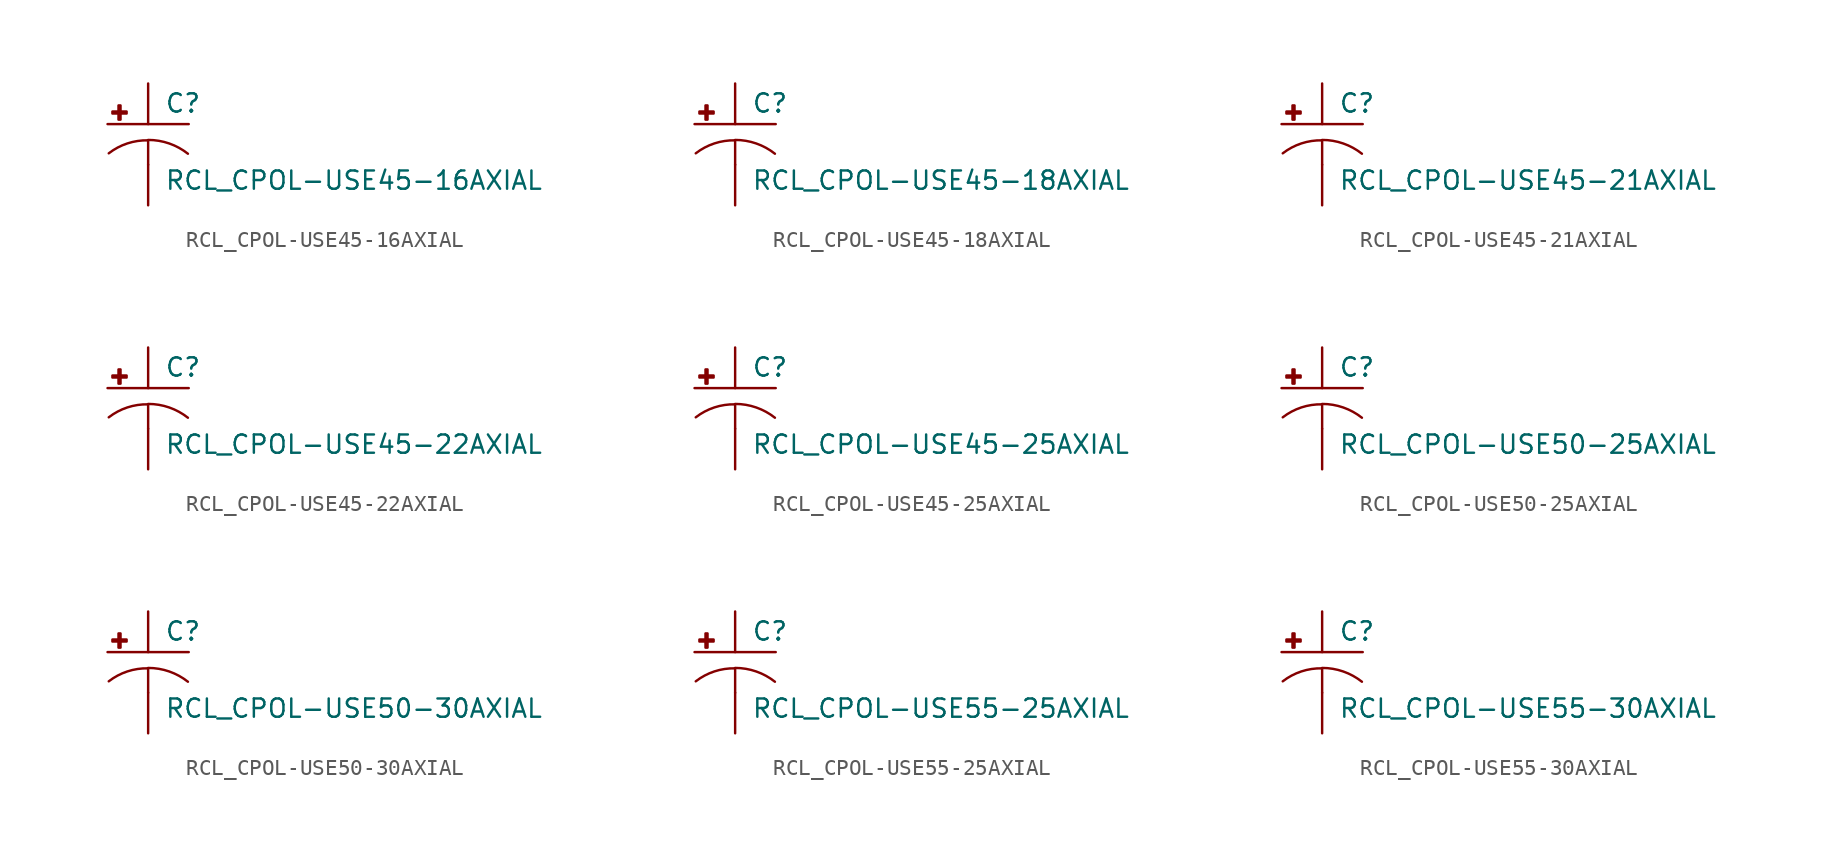
<source format=kicad_sym>
(kicad_symbol_lib
  (version 20210619)
  (generator kicad_symbol_editor)
  (symbol "RCL_CPOL-USE45-16AXIAL"
    (pin_numbers hide)
    (pin_names
      (offset 1.016) hide)
    (property "Reference" "C"
      (at 1.016 0.635 0)
      (effects (font (size 1.143 1.143)) (justify left bottom)))
    (property "Value" "RCL_CPOL-USE45-16AXIAL"
      (at 1.016 -4.191 0)
      (effects (font (size 1.143 1.143)) (justify left bottom)))
    (property "ki_locked" ""
      (at 0 0 0)
      (effects (font (size 1.27 1.27))))
    (symbol "RCL_CPOL-USE45-16AXIAL_1_0"
      (polyline (pts (xy -2.54 0) (xy 2.54 0)) (stroke (width 0)) (fill (type none)))
      (polyline (pts (xy 0 -1.016) (xy 0 -2.54)) (stroke (width 0)) (fill (type none)))
      (polyline (pts (xy 0 -1.016) (xy 0 -1.016)) (stroke (width 0)) (fill (type none))))
    (symbol "RCL_CPOL-USE45-16AXIAL_1_1"
      (arc (start 0 -1.016) (end -2.4638 -1.8288) (radius (at 0 -5.0546) (length 4.0386) (angles 90.1 127.3)) (stroke (width 0)) (fill (type none)))
      (arc (start 2.4892 -1.8542) (end 0 -0.9906) (radius (at 0 -5.0292) (length 4.0386) (angles 52.3 89.9)) (stroke (width 0)) (fill (type none)))
      (rectangle (start -2.235 0.66) (end -1.346 0.787) (stroke (width 0)) (fill (type outline)))
      (rectangle (start -1.854 0.279) (end -1.727 1.168) (stroke (width 0)) (fill (type outline)))
      (pin passive line (at 0 2.54 270) (length 2.54) (name "+" (effects (font (size 1.016 1.016)))) (number "+" (effects (font (size 1.016 1.016)))))
      (pin passive line (at 0 -5.08 90) (length 2.54) (name "-" (effects (font (size 1.016 1.016)))) (number "-" (effects (font (size 1.016 1.016)))))))
  (symbol "RCL_CPOL-USE45-18AXIAL"
    (pin_numbers hide)
    (pin_names
      (offset 1.016) hide)
    (property "Reference" "C"
      (at 1.016 0.635 0)
      (effects (font (size 1.143 1.143)) (justify left bottom)))
    (property "Value" "RCL_CPOL-USE45-18AXIAL"
      (at 1.016 -4.191 0)
      (effects (font (size 1.143 1.143)) (justify left bottom)))
    (property "ki_locked" ""
      (at 0 0 0)
      (effects (font (size 1.27 1.27))))
    (symbol "RCL_CPOL-USE45-18AXIAL_1_0"
      (polyline (pts (xy -2.54 0) (xy 2.54 0)) (stroke (width 0)) (fill (type none)))
      (polyline (pts (xy 0 -1.016) (xy 0 -2.54)) (stroke (width 0)) (fill (type none)))
      (polyline (pts (xy 0 -1.016) (xy 0 -1.016)) (stroke (width 0)) (fill (type none))))
    (symbol "RCL_CPOL-USE45-18AXIAL_1_1"
      (arc (start 0 -1.016) (end -2.4638 -1.8288) (radius (at 0 -5.0546) (length 4.0386) (angles 90.1 127.3)) (stroke (width 0)) (fill (type none)))
      (arc (start 2.4892 -1.8542) (end 0 -0.9906) (radius (at 0 -5.0292) (length 4.0386) (angles 52.3 89.9)) (stroke (width 0)) (fill (type none)))
      (rectangle (start -2.235 0.66) (end -1.346 0.787) (stroke (width 0)) (fill (type outline)))
      (rectangle (start -1.854 0.279) (end -1.727 1.168) (stroke (width 0)) (fill (type outline)))
      (pin passive line (at 0 2.54 270) (length 2.54) (name "+" (effects (font (size 1.016 1.016)))) (number "+" (effects (font (size 1.016 1.016)))))
      (pin passive line (at 0 -5.08 90) (length 2.54) (name "-" (effects (font (size 1.016 1.016)))) (number "-" (effects (font (size 1.016 1.016)))))))
  (symbol "RCL_CPOL-USE45-21AXIAL"
    (pin_numbers hide)
    (pin_names
      (offset 1.016) hide)
    (property "Reference" "C"
      (at 1.016 0.635 0)
      (effects (font (size 1.143 1.143)) (justify left bottom)))
    (property "Value" "RCL_CPOL-USE45-21AXIAL"
      (at 1.016 -4.191 0)
      (effects (font (size 1.143 1.143)) (justify left bottom)))
    (property "ki_locked" ""
      (at 0 0 0)
      (effects (font (size 1.27 1.27))))
    (symbol "RCL_CPOL-USE45-21AXIAL_1_0"
      (polyline (pts (xy -2.54 0) (xy 2.54 0)) (stroke (width 0)) (fill (type none)))
      (polyline (pts (xy 0 -1.016) (xy 0 -2.54)) (stroke (width 0)) (fill (type none)))
      (polyline (pts (xy 0 -1.016) (xy 0 -1.016)) (stroke (width 0)) (fill (type none))))
    (symbol "RCL_CPOL-USE45-21AXIAL_1_1"
      (arc (start 0 -1.016) (end -2.4638 -1.8288) (radius (at 0 -5.0546) (length 4.0386) (angles 90.1 127.3)) (stroke (width 0)) (fill (type none)))
      (arc (start 2.4892 -1.8542) (end 0 -0.9906) (radius (at 0 -5.0292) (length 4.0386) (angles 52.3 89.9)) (stroke (width 0)) (fill (type none)))
      (rectangle (start -2.235 0.66) (end -1.346 0.787) (stroke (width 0)) (fill (type outline)))
      (rectangle (start -1.854 0.279) (end -1.727 1.168) (stroke (width 0)) (fill (type outline)))
      (pin passive line (at 0 2.54 270) (length 2.54) (name "+" (effects (font (size 1.016 1.016)))) (number "+" (effects (font (size 1.016 1.016)))))
      (pin passive line (at 0 -5.08 90) (length 2.54) (name "-" (effects (font (size 1.016 1.016)))) (number "-" (effects (font (size 1.016 1.016)))))))
  (symbol "RCL_CPOL-USE45-22AXIAL"
    (pin_numbers hide)
    (pin_names
      (offset 1.016) hide)
    (property "Reference" "C"
      (at 1.016 0.635 0)
      (effects (font (size 1.143 1.143)) (justify left bottom)))
    (property "Value" "RCL_CPOL-USE45-22AXIAL"
      (at 1.016 -4.191 0)
      (effects (font (size 1.143 1.143)) (justify left bottom)))
    (property "ki_locked" ""
      (at 0 0 0)
      (effects (font (size 1.27 1.27))))
    (symbol "RCL_CPOL-USE45-22AXIAL_1_0"
      (polyline (pts (xy -2.54 0) (xy 2.54 0)) (stroke (width 0)) (fill (type none)))
      (polyline (pts (xy 0 -1.016) (xy 0 -2.54)) (stroke (width 0)) (fill (type none)))
      (polyline (pts (xy 0 -1.016) (xy 0 -1.016)) (stroke (width 0)) (fill (type none))))
    (symbol "RCL_CPOL-USE45-22AXIAL_1_1"
      (arc (start 0 -1.016) (end -2.4638 -1.8288) (radius (at 0 -5.0546) (length 4.0386) (angles 90.1 127.3)) (stroke (width 0)) (fill (type none)))
      (arc (start 2.4892 -1.8542) (end 0 -0.9906) (radius (at 0 -5.0292) (length 4.0386) (angles 52.3 89.9)) (stroke (width 0)) (fill (type none)))
      (rectangle (start -2.235 0.66) (end -1.346 0.787) (stroke (width 0)) (fill (type outline)))
      (rectangle (start -1.854 0.279) (end -1.727 1.168) (stroke (width 0)) (fill (type outline)))
      (pin passive line (at 0 2.54 270) (length 2.54) (name "+" (effects (font (size 1.016 1.016)))) (number "+" (effects (font (size 1.016 1.016)))))
      (pin passive line (at 0 -5.08 90) (length 2.54) (name "-" (effects (font (size 1.016 1.016)))) (number "-" (effects (font (size 1.016 1.016)))))))
  (symbol "RCL_CPOL-USE45-25AXIAL"
    (pin_numbers hide)
    (pin_names
      (offset 1.016) hide)
    (property "Reference" "C"
      (at 1.016 0.635 0)
      (effects (font (size 1.143 1.143)) (justify left bottom)))
    (property "Value" "RCL_CPOL-USE45-25AXIAL"
      (at 1.016 -4.191 0)
      (effects (font (size 1.143 1.143)) (justify left bottom)))
    (property "ki_locked" ""
      (at 0 0 0)
      (effects (font (size 1.27 1.27))))
    (symbol "RCL_CPOL-USE45-25AXIAL_1_0"
      (polyline (pts (xy -2.54 0) (xy 2.54 0)) (stroke (width 0)) (fill (type none)))
      (polyline (pts (xy 0 -1.016) (xy 0 -2.54)) (stroke (width 0)) (fill (type none)))
      (polyline (pts (xy 0 -1.016) (xy 0 -1.016)) (stroke (width 0)) (fill (type none))))
    (symbol "RCL_CPOL-USE45-25AXIAL_1_1"
      (arc (start 0 -1.016) (end -2.4638 -1.8288) (radius (at 0 -5.0546) (length 4.0386) (angles 90.1 127.3)) (stroke (width 0)) (fill (type none)))
      (arc (start 2.4892 -1.8542) (end 0 -0.9906) (radius (at 0 -5.0292) (length 4.0386) (angles 52.3 89.9)) (stroke (width 0)) (fill (type none)))
      (rectangle (start -2.235 0.66) (end -1.346 0.787) (stroke (width 0)) (fill (type outline)))
      (rectangle (start -1.854 0.279) (end -1.727 1.168) (stroke (width 0)) (fill (type outline)))
      (pin passive line (at 0 2.54 270) (length 2.54) (name "+" (effects (font (size 1.016 1.016)))) (number "+" (effects (font (size 1.016 1.016)))))
      (pin passive line (at 0 -5.08 90) (length 2.54) (name "-" (effects (font (size 1.016 1.016)))) (number "-" (effects (font (size 1.016 1.016)))))))
  (symbol "RCL_CPOL-USE50-25AXIAL"
    (pin_numbers hide)
    (pin_names
      (offset 1.016) hide)
    (property "Reference" "C"
      (at 1.016 0.635 0)
      (effects (font (size 1.143 1.143)) (justify left bottom)))
    (property "Value" "RCL_CPOL-USE50-25AXIAL"
      (at 1.016 -4.191 0)
      (effects (font (size 1.143 1.143)) (justify left bottom)))
    (property "ki_locked" ""
      (at 0 0 0)
      (effects (font (size 1.27 1.27))))
    (symbol "RCL_CPOL-USE50-25AXIAL_1_0"
      (polyline (pts (xy -2.54 0) (xy 2.54 0)) (stroke (width 0)) (fill (type none)))
      (polyline (pts (xy 0 -1.016) (xy 0 -2.54)) (stroke (width 0)) (fill (type none)))
      (polyline (pts (xy 0 -1.016) (xy 0 -1.016)) (stroke (width 0)) (fill (type none))))
    (symbol "RCL_CPOL-USE50-25AXIAL_1_1"
      (arc (start 0 -1.016) (end -2.4638 -1.8288) (radius (at 0 -5.0546) (length 4.0386) (angles 90.1 127.3)) (stroke (width 0)) (fill (type none)))
      (arc (start 2.4892 -1.8542) (end 0 -0.9906) (radius (at 0 -5.0292) (length 4.0386) (angles 52.3 89.9)) (stroke (width 0)) (fill (type none)))
      (rectangle (start -2.235 0.66) (end -1.346 0.787) (stroke (width 0)) (fill (type outline)))
      (rectangle (start -1.854 0.279) (end -1.727 1.168) (stroke (width 0)) (fill (type outline)))
      (pin passive line (at 0 2.54 270) (length 2.54) (name "+" (effects (font (size 1.016 1.016)))) (number "+" (effects (font (size 1.016 1.016)))))
      (pin passive line (at 0 -5.08 90) (length 2.54) (name "-" (effects (font (size 1.016 1.016)))) (number "-" (effects (font (size 1.016 1.016)))))))
  (symbol "RCL_CPOL-USE50-30AXIAL"
    (pin_numbers hide)
    (pin_names
      (offset 1.016) hide)
    (property "Reference" "C"
      (at 1.016 0.635 0)
      (effects (font (size 1.143 1.143)) (justify left bottom)))
    (property "Value" "RCL_CPOL-USE50-30AXIAL"
      (at 1.016 -4.191 0)
      (effects (font (size 1.143 1.143)) (justify left bottom)))
    (property "ki_locked" ""
      (at 0 0 0)
      (effects (font (size 1.27 1.27))))
    (symbol "RCL_CPOL-USE50-30AXIAL_1_0"
      (polyline (pts (xy -2.54 0) (xy 2.54 0)) (stroke (width 0)) (fill (type none)))
      (polyline (pts (xy 0 -1.016) (xy 0 -2.54)) (stroke (width 0)) (fill (type none)))
      (polyline (pts (xy 0 -1.016) (xy 0 -1.016)) (stroke (width 0)) (fill (type none))))
    (symbol "RCL_CPOL-USE50-30AXIAL_1_1"
      (arc (start 0 -1.016) (end -2.4638 -1.8288) (radius (at 0 -5.0546) (length 4.0386) (angles 90.1 127.3)) (stroke (width 0)) (fill (type none)))
      (arc (start 2.4892 -1.8542) (end 0 -0.9906) (radius (at 0 -5.0292) (length 4.0386) (angles 52.3 89.9)) (stroke (width 0)) (fill (type none)))
      (rectangle (start -2.235 0.66) (end -1.346 0.787) (stroke (width 0)) (fill (type outline)))
      (rectangle (start -1.854 0.279) (end -1.727 1.168) (stroke (width 0)) (fill (type outline)))
      (pin passive line (at 0 2.54 270) (length 2.54) (name "+" (effects (font (size 1.016 1.016)))) (number "+" (effects (font (size 1.016 1.016)))))
      (pin passive line (at 0 -5.08 90) (length 2.54) (name "-" (effects (font (size 1.016 1.016)))) (number "-" (effects (font (size 1.016 1.016)))))))
  (symbol "RCL_CPOL-USE55-25AXIAL"
    (pin_numbers hide)
    (pin_names
      (offset 1.016) hide)
    (property "Reference" "C"
      (at 1.016 0.635 0)
      (effects (font (size 1.143 1.143)) (justify left bottom)))
    (property "Value" "RCL_CPOL-USE55-25AXIAL"
      (at 1.016 -4.191 0)
      (effects (font (size 1.143 1.143)) (justify left bottom)))
    (property "ki_locked" ""
      (at 0 0 0)
      (effects (font (size 1.27 1.27))))
    (symbol "RCL_CPOL-USE55-25AXIAL_1_0"
      (polyline (pts (xy -2.54 0) (xy 2.54 0)) (stroke (width 0)) (fill (type none)))
      (polyline (pts (xy 0 -1.016) (xy 0 -2.54)) (stroke (width 0)) (fill (type none)))
      (polyline (pts (xy 0 -1.016) (xy 0 -1.016)) (stroke (width 0)) (fill (type none))))
    (symbol "RCL_CPOL-USE55-25AXIAL_1_1"
      (arc (start 0 -1.016) (end -2.4638 -1.8288) (radius (at 0 -5.0546) (length 4.0386) (angles 90.1 127.3)) (stroke (width 0)) (fill (type none)))
      (arc (start 2.4892 -1.8542) (end 0 -0.9906) (radius (at 0 -5.0292) (length 4.0386) (angles 52.3 89.9)) (stroke (width 0)) (fill (type none)))
      (rectangle (start -2.235 0.66) (end -1.346 0.787) (stroke (width 0)) (fill (type outline)))
      (rectangle (start -1.854 0.279) (end -1.727 1.168) (stroke (width 0)) (fill (type outline)))
      (pin passive line (at 0 2.54 270) (length 2.54) (name "+" (effects (font (size 1.016 1.016)))) (number "+" (effects (font (size 1.016 1.016)))))
      (pin passive line (at 0 -5.08 90) (length 2.54) (name "-" (effects (font (size 1.016 1.016)))) (number "-" (effects (font (size 1.016 1.016)))))))
  (symbol "RCL_CPOL-USE55-30AXIAL"
    (pin_numbers hide)
    (pin_names
      (offset 1.016) hide)
    (property "Reference" "C"
      (at 1.016 0.635 0)
      (effects (font (size 1.143 1.143)) (justify left bottom)))
    (property "Value" "RCL_CPOL-USE55-30AXIAL"
      (at 1.016 -4.191 0)
      (effects (font (size 1.143 1.143)) (justify left bottom)))
    (property "ki_locked" ""
      (at 0 0 0)
      (effects (font (size 1.27 1.27))))
    (symbol "RCL_CPOL-USE55-30AXIAL_1_0"
      (polyline (pts (xy -2.54 0) (xy 2.54 0)) (stroke (width 0)) (fill (type none)))
      (polyline (pts (xy 0 -1.016) (xy 0 -2.54)) (stroke (width 0)) (fill (type none)))
      (polyline (pts (xy 0 -1.016) (xy 0 -1.016)) (stroke (width 0)) (fill (type none))))
    (symbol "RCL_CPOL-USE55-30AXIAL_1_1"
      (arc (start 0 -1.016) (end -2.4638 -1.8288) (radius (at 0 -5.0546) (length 4.0386) (angles 90.1 127.3)) (stroke (width 0)) (fill (type none)))
      (arc (start 2.4892 -1.8542) (end 0 -0.9906) (radius (at 0 -5.0292) (length 4.0386) (angles 52.3 89.9)) (stroke (width 0)) (fill (type none)))
      (rectangle (start -2.235 0.66) (end -1.346 0.787) (stroke (width 0)) (fill (type outline)))
      (rectangle (start -1.854 0.279) (end -1.727 1.168) (stroke (width 0)) (fill (type outline)))
      (pin passive line (at 0 2.54 270) (length 2.54) (name "+" (effects (font (size 1.016 1.016)))) (number "+" (effects (font (size 1.016 1.016)))))
      (pin passive line (at 0 -5.08 90) (length 2.54) (name "-" (effects (font (size 1.016 1.016)))) (number "-" (effects (font (size 1.016 1.016))))))))
</source>
